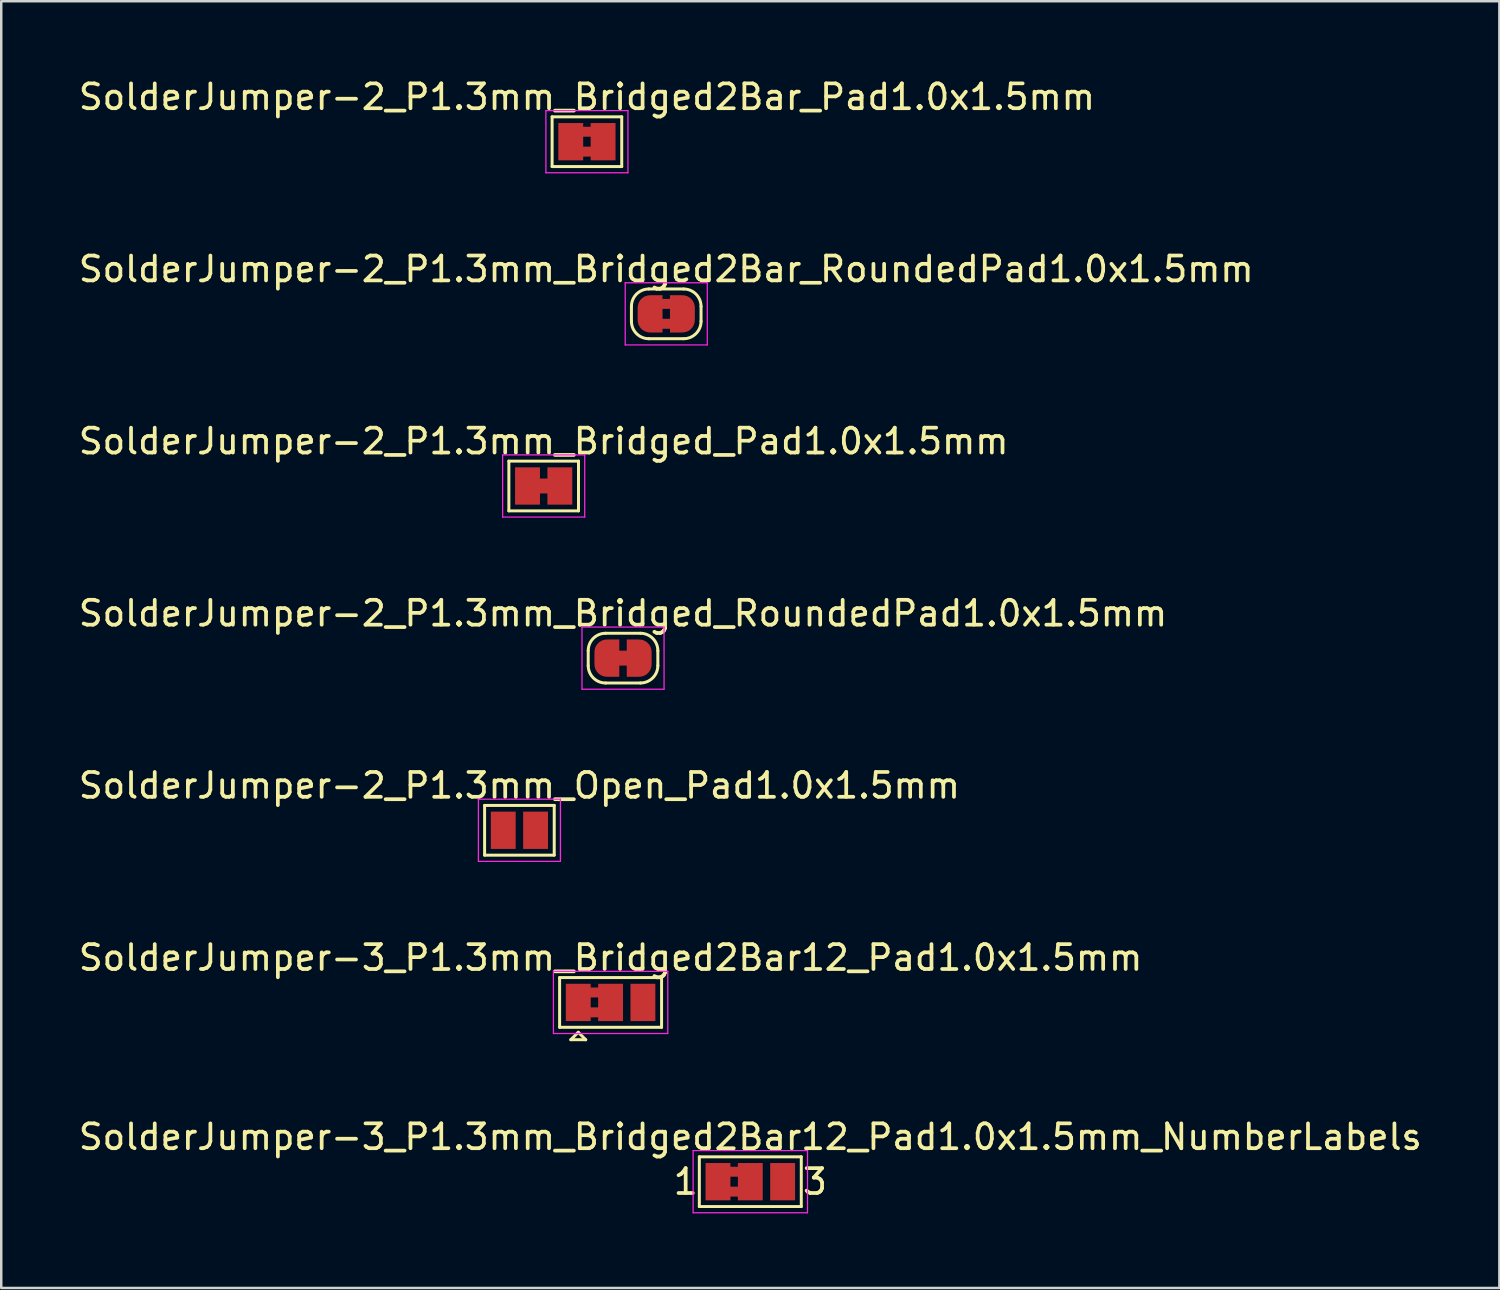
<source format=kicad_pcb>
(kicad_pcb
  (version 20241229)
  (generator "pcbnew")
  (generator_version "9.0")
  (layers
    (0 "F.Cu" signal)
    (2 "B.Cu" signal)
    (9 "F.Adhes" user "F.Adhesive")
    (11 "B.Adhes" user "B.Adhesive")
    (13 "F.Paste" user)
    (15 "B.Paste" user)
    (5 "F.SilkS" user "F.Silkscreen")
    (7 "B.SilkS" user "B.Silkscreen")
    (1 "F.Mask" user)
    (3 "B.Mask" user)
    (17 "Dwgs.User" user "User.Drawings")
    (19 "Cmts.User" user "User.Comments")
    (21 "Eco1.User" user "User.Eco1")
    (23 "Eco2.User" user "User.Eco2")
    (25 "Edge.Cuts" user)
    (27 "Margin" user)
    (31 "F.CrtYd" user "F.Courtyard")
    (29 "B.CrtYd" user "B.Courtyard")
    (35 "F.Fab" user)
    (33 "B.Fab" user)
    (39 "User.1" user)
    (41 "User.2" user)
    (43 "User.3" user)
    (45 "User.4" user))
  (footprint "SolderJumper-3_P1.3mm_Bridged2Bar12_Pad1.0x1.5mm_NumberLabels"
    (layer "F.Cu")
    (at 27.125 44.473)
    (property "Reference" "SolderJumper-3_P1.3mm_Bridged2Bar12_Pad1.0x1.5mm_NumberLabels" (at 0 -1.8 0) (layer "F.SilkS") (effects (font (size 1 1) (thickness 0.15))))
    (attr exclude_from_pos_files exclude_from_bom)
    (fp_poly (pts (xy -0.9 -0.6) (xy -0.4 -0.6) (xy -0.4 -0.2) (xy -0.9 -0.2)) (stroke (width 0) (type solid)) (fill yes) (layer "F.Cu"))
    (fp_poly (pts (xy -0.9 0.2) (xy -0.4 0.2) (xy -0.4 0.6) (xy -0.9 0.6)) (stroke (width 0) (type solid)) (fill yes) (layer "F.Cu"))
    (fp_line (start -2.05 -1) (end 2.05 -1) (stroke (width 0.12) (type solid)) (layer "F.SilkS"))
    (fp_line (start -2.05 1) (end -2.05 -1) (stroke (width 0.12) (type solid)) (layer "F.SilkS"))
    (fp_line (start 2.05 -1) (end 2.05 1) (stroke (width 0.12) (type solid)) (layer "F.SilkS"))
    (fp_line (start 2.05 1) (end -2.05 1) (stroke (width 0.12) (type solid)) (layer "F.SilkS"))
    (fp_line (start -2.3 -1.25) (end -2.3 1.25) (stroke (width 0.05) (type solid)) (layer "F.CrtYd"))
    (fp_line (start -2.3 -1.25) (end 2.3 -1.25) (stroke (width 0.05) (type solid)) (layer "F.CrtYd"))
    (fp_line (start 2.3 1.25) (end -2.3 1.25) (stroke (width 0.05) (type solid)) (layer "F.CrtYd"))
    (fp_line (start 2.3 1.25) (end 2.3 -1.25) (stroke (width 0.05) (type solid)) (layer "F.CrtYd"))
    (fp_text user "3" (at 2.6 0 0) (layer "F.SilkS") (effects (font (size 1 1) (thickness 0.15))))
    (fp_text user "1" (at -2.6 0 0) (layer "F.SilkS") (effects (font (size 1 1) (thickness 0.15))))
    (pad "1" smd rect (at -1.3 0) (size 1 1.5) (layers "F.Cu" "F.Mask"))
    (pad "2" smd rect (at 0 0) (size 1 1.5) (layers "F.Cu" "F.Mask"))
    (pad "3" smd rect (at 1.3 0) (size 1 1.5) (layers "F.Cu" "F.Mask")))
  (footprint "SolderJumper-2_P1.3mm_Bridged2Bar_RoundedPad1.0x1.5mm"
    (layer "F.Cu")
    (at 23.744 9.572)
    (property "Reference" "SolderJumper-2_P1.3mm_Bridged2Bar_RoundedPad1.0x1.5mm" (at 0 -1.8 0) (layer "F.SilkS") (effects (font (size 1 1) (thickness 0.15))))
    (attr exclude_from_pos_files exclude_from_bom)
    (fp_poly (pts (xy -0.25 -0.6) (xy 0.25 -0.6) (xy 0.25 -0.2) (xy -0.25 -0.2)) (stroke (width 0) (type solid)) (fill yes) (layer "F.Cu"))
    (fp_poly (pts (xy -0.25 0.2) (xy 0.25 0.2) (xy 0.25 0.6) (xy -0.25 0.6)) (stroke (width 0) (type solid)) (fill yes) (layer "F.Cu"))
    (fp_line (start -1.4 0.3) (end -1.4 -0.3) (stroke (width 0.12) (type solid)) (layer "F.SilkS"))
    (fp_line (start -0.7 -1) (end 0.7 -1) (stroke (width 0.12) (type solid)) (layer "F.SilkS"))
    (fp_line (start 0.7 1) (end -0.7 1) (stroke (width 0.12) (type solid)) (layer "F.SilkS"))
    (fp_line (start 1.4 -0.3) (end 1.4 0.3) (stroke (width 0.12) (type solid)) (layer "F.SilkS"))
    (fp_arc (start -1.4 -0.3) (mid -1.194975 -0.794975) (end -0.7 -1) (stroke (width 0.12) (type solid)) (layer "F.SilkS"))
    (fp_arc (start -0.7 1) (mid -1.194975 0.794975) (end -1.4 0.3) (stroke (width 0.12) (type solid)) (layer "F.SilkS"))
    (fp_arc (start 0.7 -1) (mid 1.194975 -0.794975) (end 1.4 -0.3) (stroke (width 0.12) (type solid)) (layer "F.SilkS"))
    (fp_arc (start 1.4 0.3) (mid 1.194975 0.794975) (end 0.7 1) (stroke (width 0.12) (type solid)) (layer "F.SilkS"))
    (fp_line (start -1.65 -1.25) (end -1.65 1.25) (stroke (width 0.05) (type solid)) (layer "F.CrtYd"))
    (fp_line (start -1.65 -1.25) (end 1.65 -1.25) (stroke (width 0.05) (type solid)) (layer "F.CrtYd"))
    (fp_line (start 1.65 1.25) (end -1.65 1.25) (stroke (width 0.05) (type solid)) (layer "F.CrtYd"))
    (fp_line (start 1.65 1.25) (end 1.65 -1.25) (stroke (width 0.05) (type solid)) (layer "F.CrtYd"))
    (pad "1" smd custom (at -0.65 0) (size 1 0.5) (layers "F.Cu" "F.Mask") (options (anchor rect)) (primitives (gr_circle (center 0 0.25) (end 0.5 0.25) (width 0) (fill yes)) (gr_circle (center 0 -0.25) (end 0.5 -0.25) (width 0) (fill yes)) (gr_poly (pts (xy 0.5 0.75) (xy 0 0.75) (xy 0 -0.75) (xy 0.5 -0.75)) (width 0) (fill yes))))
    (pad "2" smd custom (at 0.65 0) (size 1 0.5) (layers "F.Cu" "F.Mask") (options (anchor rect)) (primitives (gr_circle (center 0 0.25) (end 0.5 0.25) (width 0) (fill yes)) (gr_circle (center 0 -0.25) (end 0.5 -0.25) (width 0) (fill yes)) (gr_poly (pts (xy 0 0.75) (xy -0.5 0.75) (xy -0.5 -0.75) (xy 0 -0.75)) (width 0) (fill yes)))))
  (footprint "SolderJumper-2_P1.3mm_Bridged2Bar_Pad1.0x1.5mm"
    (layer "F.Cu")
    (at 20.554 2.648)
    (property "Reference" "SolderJumper-2_P1.3mm_Bridged2Bar_Pad1.0x1.5mm" (at 0 -1.8 0) (layer "F.SilkS") (effects (font (size 1 1) (thickness 0.15))))
    (attr exclude_from_pos_files exclude_from_bom)
    (fp_poly (pts (xy -0.25 -0.6) (xy 0.25 -0.6) (xy 0.25 -0.2) (xy -0.25 -0.2)) (stroke (width 0) (type solid)) (fill yes) (layer "F.Cu"))
    (fp_poly (pts (xy -0.25 0.2) (xy 0.25 0.2) (xy 0.25 0.6) (xy -0.25 0.6)) (stroke (width 0) (type solid)) (fill yes) (layer "F.Cu"))
    (fp_line (start -1.4 -1) (end 1.4 -1) (stroke (width 0.12) (type solid)) (layer "F.SilkS"))
    (fp_line (start -1.4 1) (end -1.4 -1) (stroke (width 0.12) (type solid)) (layer "F.SilkS"))
    (fp_line (start 1.4 -1) (end 1.4 1) (stroke (width 0.12) (type solid)) (layer "F.SilkS"))
    (fp_line (start 1.4 1) (end -1.4 1) (stroke (width 0.12) (type solid)) (layer "F.SilkS"))
    (fp_line (start -1.65 -1.25) (end -1.65 1.25) (stroke (width 0.05) (type solid)) (layer "F.CrtYd"))
    (fp_line (start -1.65 -1.25) (end 1.65 -1.25) (stroke (width 0.05) (type solid)) (layer "F.CrtYd"))
    (fp_line (start 1.65 1.25) (end -1.65 1.25) (stroke (width 0.05) (type solid)) (layer "F.CrtYd"))
    (fp_line (start 1.65 1.25) (end 1.65 -1.25) (stroke (width 0.05) (type solid)) (layer "F.CrtYd"))
    (pad "1" smd rect (at -0.65 0) (size 1 1.5) (layers "F.Cu" "F.Mask"))
    (pad "2" smd rect (at 0.65 0) (size 1 1.5) (layers "F.Cu" "F.Mask")))
  (footprint "SolderJumper-2_P1.3mm_Bridged_RoundedPad1.0x1.5mm"
    (layer "F.Cu")
    (at 22.006 23.418)
    (property "Reference" "SolderJumper-2_P1.3mm_Bridged_RoundedPad1.0x1.5mm" (at 0 -1.8 0) (layer "F.SilkS") (effects (font (size 1 1) (thickness 0.15))))
    (attr exclude_from_pos_files exclude_from_bom)
    (fp_poly (pts (xy 0.25 -0.3) (xy -0.25 -0.3) (xy -0.25 0.3) (xy 0.25 0.3)) (stroke (width 0) (type solid)) (fill yes) (layer "F.Cu"))
    (fp_line (start -1.4 0.3) (end -1.4 -0.3) (stroke (width 0.12) (type solid)) (layer "F.SilkS"))
    (fp_line (start -0.7 -1) (end 0.7 -1) (stroke (width 0.12) (type solid)) (layer "F.SilkS"))
    (fp_line (start 0.7 1) (end -0.7 1) (stroke (width 0.12) (type solid)) (layer "F.SilkS"))
    (fp_line (start 1.4 -0.3) (end 1.4 0.3) (stroke (width 0.12) (type solid)) (layer "F.SilkS"))
    (fp_arc (start -1.4 -0.3) (mid -1.194975 -0.794975) (end -0.7 -1) (stroke (width 0.12) (type solid)) (layer "F.SilkS"))
    (fp_arc (start -0.7 1) (mid -1.194975 0.794975) (end -1.4 0.3) (stroke (width 0.12) (type solid)) (layer "F.SilkS"))
    (fp_arc (start 0.7 -1) (mid 1.194975 -0.794975) (end 1.4 -0.3) (stroke (width 0.12) (type solid)) (layer "F.SilkS"))
    (fp_arc (start 1.4 0.3) (mid 1.194975 0.794975) (end 0.7 1) (stroke (width 0.12) (type solid)) (layer "F.SilkS"))
    (fp_line (start -1.65 -1.25) (end -1.65 1.25) (stroke (width 0.05) (type solid)) (layer "F.CrtYd"))
    (fp_line (start -1.65 -1.25) (end 1.65 -1.25) (stroke (width 0.05) (type solid)) (layer "F.CrtYd"))
    (fp_line (start 1.65 1.25) (end -1.65 1.25) (stroke (width 0.05) (type solid)) (layer "F.CrtYd"))
    (fp_line (start 1.65 1.25) (end 1.65 -1.25) (stroke (width 0.05) (type solid)) (layer "F.CrtYd"))
    (pad "1" smd custom (at -0.65 0) (size 1 0.5) (layers "F.Cu" "F.Mask") (options (anchor rect)) (primitives (gr_circle (center 0 0.25) (end 0.5 0.25) (width 0) (fill yes)) (gr_circle (center 0 -0.25) (end 0.5 -0.25) (width 0) (fill yes)) (gr_poly (pts (xy 0.5 0.75) (xy 0 0.75) (xy 0 -0.75) (xy 0.5 -0.75)) (width 0) (fill yes))))
    (pad "2" smd custom (at 0.65 0) (size 1 0.5) (layers "F.Cu" "F.Mask") (options (anchor rect)) (primitives (gr_circle (center 0 0.25) (end 0.5 0.25) (width 0) (fill yes)) (gr_circle (center 0 -0.25) (end 0.5 -0.25) (width 0) (fill yes)) (gr_poly (pts (xy 0 0.75) (xy -0.5 0.75) (xy -0.5 -0.75) (xy 0 -0.75)) (width 0) (fill yes)))))
  (footprint "SolderJumper-2_P1.3mm_Bridged_Pad1.0x1.5mm"
    (layer "F.Cu")
    (at 18.815 16.495)
    (property "Reference" "SolderJumper-2_P1.3mm_Bridged_Pad1.0x1.5mm" (at 0 -1.8 0) (layer "F.SilkS") (effects (font (size 1 1) (thickness 0.15))))
    (attr exclude_from_pos_files exclude_from_bom)
    (fp_poly (pts (xy -0.25 -0.3) (xy 0.25 -0.3) (xy 0.25 0.3) (xy -0.25 0.3)) (stroke (width 0) (type solid)) (fill yes) (layer "F.Cu"))
    (fp_line (start -1.4 -1) (end 1.4 -1) (stroke (width 0.12) (type solid)) (layer "F.SilkS"))
    (fp_line (start -1.4 1) (end -1.4 -1) (stroke (width 0.12) (type solid)) (layer "F.SilkS"))
    (fp_line (start 1.4 -1) (end 1.4 1) (stroke (width 0.12) (type solid)) (layer "F.SilkS"))
    (fp_line (start 1.4 1) (end -1.4 1) (stroke (width 0.12) (type solid)) (layer "F.SilkS"))
    (fp_line (start -1.65 -1.25) (end -1.65 1.25) (stroke (width 0.05) (type solid)) (layer "F.CrtYd"))
    (fp_line (start -1.65 -1.25) (end 1.65 -1.25) (stroke (width 0.05) (type solid)) (layer "F.CrtYd"))
    (fp_line (start 1.65 1.25) (end -1.65 1.25) (stroke (width 0.05) (type solid)) (layer "F.CrtYd"))
    (fp_line (start 1.65 1.25) (end 1.65 -1.25) (stroke (width 0.05) (type solid)) (layer "F.CrtYd"))
    (pad "1" smd rect (at -0.65 0) (size 1 1.5) (layers "F.Cu" "F.Mask"))
    (pad "2" smd rect (at 0.65 0) (size 1 1.5) (layers "F.Cu" "F.Mask")))
  (footprint "SolderJumper-3_P1.3mm_Bridged2Bar12_Pad1.0x1.5mm"
    (layer "F.Cu")
    (at 21.506 37.264)
    (property "Reference" "SolderJumper-3_P1.3mm_Bridged2Bar12_Pad1.0x1.5mm" (at 0 -1.8 0) (layer "F.SilkS") (effects (font (size 1 1) (thickness 0.15))))
    (attr exclude_from_pos_files exclude_from_bom)
    (fp_poly (pts (xy -0.9 -0.6) (xy -0.4 -0.6) (xy -0.4 -0.2) (xy -0.9 -0.2)) (stroke (width 0) (type solid)) (fill yes) (layer "F.Cu"))
    (fp_poly (pts (xy -0.9 0.2) (xy -0.4 0.2) (xy -0.4 0.6) (xy -0.9 0.6)) (stroke (width 0) (type solid)) (fill yes) (layer "F.Cu"))
    (fp_line (start -2.05 -1) (end 2.05 -1) (stroke (width 0.12) (type solid)) (layer "F.SilkS"))
    (fp_line (start -2.05 1) (end -2.05 -1) (stroke (width 0.12) (type solid)) (layer "F.SilkS"))
    (fp_line (start -1.6 1.5) (end -1 1.5) (stroke (width 0.12) (type solid)) (layer "F.SilkS"))
    (fp_line (start -1.3 1.2) (end -1.6 1.5) (stroke (width 0.12) (type solid)) (layer "F.SilkS"))
    (fp_line (start -1.3 1.2) (end -1 1.5) (stroke (width 0.12) (type solid)) (layer "F.SilkS"))
    (fp_line (start 2.05 -1) (end 2.05 1) (stroke (width 0.12) (type solid)) (layer "F.SilkS"))
    (fp_line (start 2.05 1) (end -2.05 1) (stroke (width 0.12) (type solid)) (layer "F.SilkS"))
    (fp_line (start -2.3 -1.25) (end -2.3 1.25) (stroke (width 0.05) (type solid)) (layer "F.CrtYd"))
    (fp_line (start -2.3 -1.25) (end 2.3 -1.25) (stroke (width 0.05) (type solid)) (layer "F.CrtYd"))
    (fp_line (start 2.3 1.25) (end -2.3 1.25) (stroke (width 0.05) (type solid)) (layer "F.CrtYd"))
    (fp_line (start 2.3 1.25) (end 2.3 -1.25) (stroke (width 0.05) (type solid)) (layer "F.CrtYd"))
    (pad "1" smd rect (at -1.3 0) (size 1 1.5) (layers "F.Cu" "F.Mask"))
    (pad "2" smd rect (at 0 0) (size 1 1.5) (layers "F.Cu" "F.Mask"))
    (pad "3" smd rect (at 1.3 0) (size 1 1.5) (layers "F.Cu" "F.Mask")))
  (footprint "SolderJumper-2_P1.3mm_Open_Pad1.0x1.5mm"
    (layer "F.Cu")
    (at 17.839 30.341)
    (property "Reference" "SolderJumper-2_P1.3mm_Open_Pad1.0x1.5mm" (at 0 -1.8 0) (layer "F.SilkS") (effects (font (size 1 1) (thickness 0.15))))
    (attr exclude_from_pos_files exclude_from_bom)
    (fp_line (start -1.4 -1) (end 1.4 -1) (stroke (width 0.12) (type solid)) (layer "F.SilkS"))
    (fp_line (start -1.4 1) (end -1.4 -1) (stroke (width 0.12) (type solid)) (layer "F.SilkS"))
    (fp_line (start 1.4 -1) (end 1.4 1) (stroke (width 0.12) (type solid)) (layer "F.SilkS"))
    (fp_line (start 1.4 1) (end -1.4 1) (stroke (width 0.12) (type solid)) (layer "F.SilkS"))
    (fp_line (start -1.65 -1.25) (end -1.65 1.25) (stroke (width 0.05) (type solid)) (layer "F.CrtYd"))
    (fp_line (start -1.65 -1.25) (end 1.65 -1.25) (stroke (width 0.05) (type solid)) (layer "F.CrtYd"))
    (fp_line (start 1.65 1.25) (end -1.65 1.25) (stroke (width 0.05) (type solid)) (layer "F.CrtYd"))
    (fp_line (start 1.65 1.25) (end 1.65 -1.25) (stroke (width 0.05) (type solid)) (layer "F.CrtYd"))
    (pad "1" smd rect (at -0.65 0) (size 1 1.5) (layers "F.Cu" "F.Mask"))
    (pad "2" smd rect (at 0.65 0) (size 1 1.5) (layers "F.Cu" "F.Mask")))
  (gr_rect
    (start -3 -3)
    (end 57.25 48.748)
    (stroke (width 0.1) (type default))
    (fill no)
    (layer "Edge.Cuts")))
</source>
